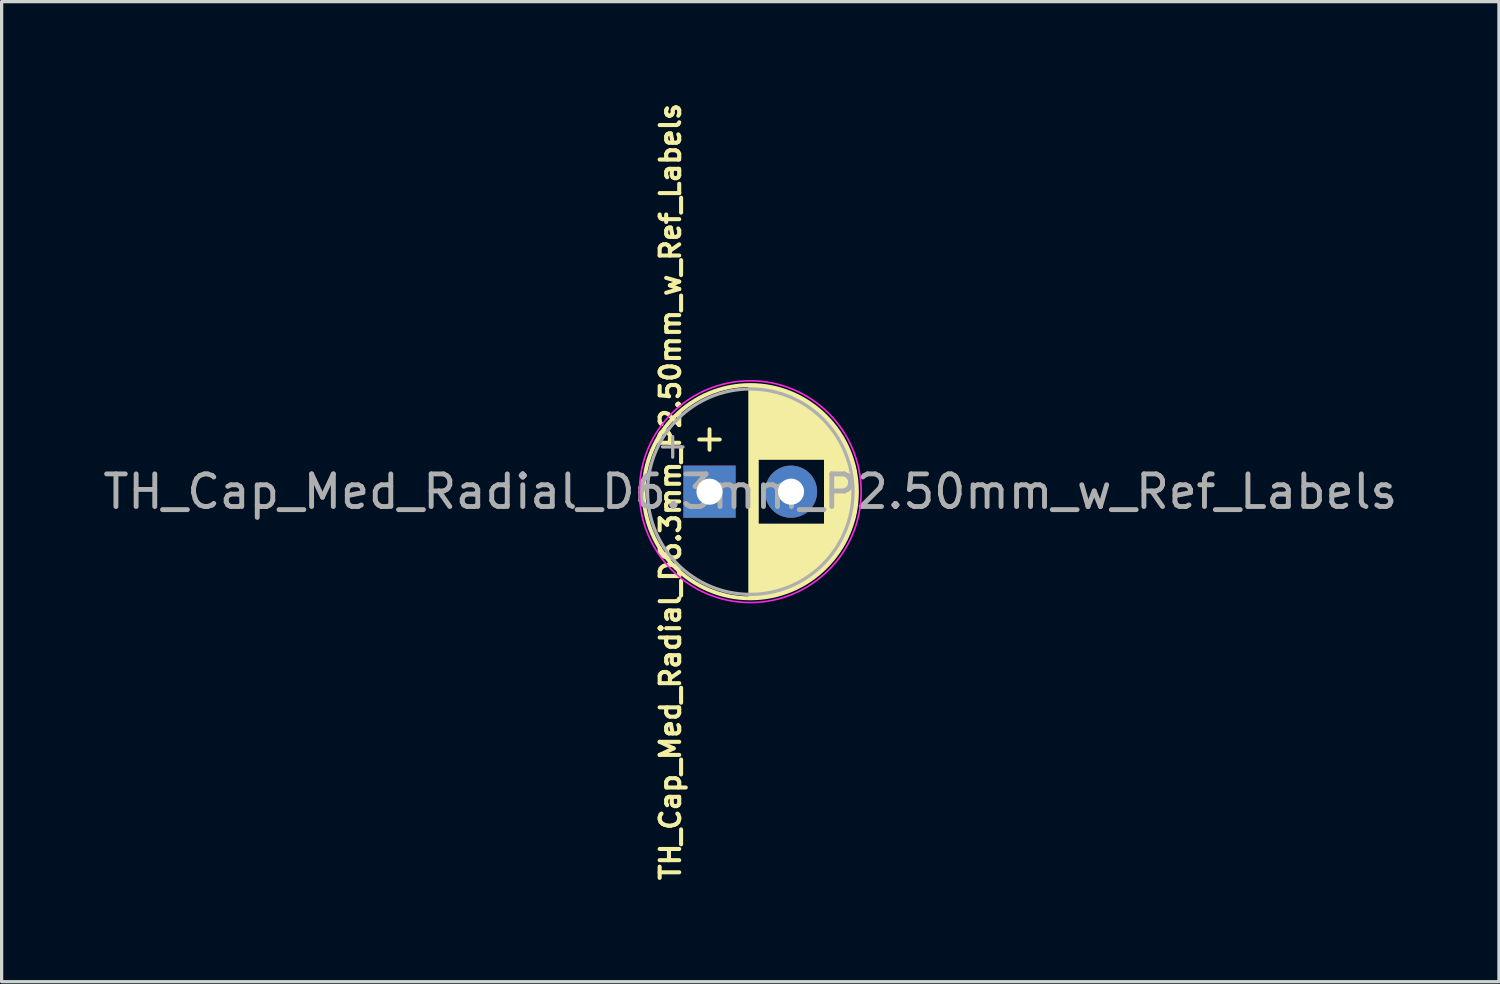
<source format=kicad_pcb>
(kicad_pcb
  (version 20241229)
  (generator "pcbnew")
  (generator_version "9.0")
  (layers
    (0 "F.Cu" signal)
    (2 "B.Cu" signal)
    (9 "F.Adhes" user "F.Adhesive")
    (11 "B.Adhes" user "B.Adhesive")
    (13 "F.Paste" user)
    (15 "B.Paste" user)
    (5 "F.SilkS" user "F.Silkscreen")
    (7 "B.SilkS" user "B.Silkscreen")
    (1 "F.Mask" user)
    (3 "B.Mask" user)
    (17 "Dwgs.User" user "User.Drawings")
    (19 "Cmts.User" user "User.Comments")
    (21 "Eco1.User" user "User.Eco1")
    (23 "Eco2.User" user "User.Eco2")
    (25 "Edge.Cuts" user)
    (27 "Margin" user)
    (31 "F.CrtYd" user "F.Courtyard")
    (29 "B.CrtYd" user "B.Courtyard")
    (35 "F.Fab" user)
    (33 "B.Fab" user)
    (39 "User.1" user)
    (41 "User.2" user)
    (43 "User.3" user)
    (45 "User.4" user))
  (footprint "TH_Cap_Med_Radial_D6.3mm_P2.50mm_w_Ref_Labels"
    (layer "F.Cu")
    (at 18.708 12.028)
    (property "Reference" "TH_Cap_Med_Radial_D6.3mm_P2.50mm_w_Ref_Labels" (at -1.2 0 90) (layer "F.SilkS") (effects (font (size 0.6 0.6) (thickness 0.125))))
    (attr through_hole)
    (fp_line (start -0.315 -1.6) (end 0.315 -1.6) (stroke (width 0.12) (type solid)) (layer "F.SilkS"))
    (fp_line (start 0 -1.915) (end 0 -1.285) (stroke (width 0.12) (type solid)) (layer "F.SilkS"))
    (fp_line (start 1.25 -3.23) (end 1.25 3.23) (stroke (width 0.12) (type solid)) (layer "F.SilkS"))
    (fp_line (start 1.29 -3.23) (end 1.29 3.23) (stroke (width 0.12) (type solid)) (layer "F.SilkS"))
    (fp_line (start 1.33 -3.23) (end 1.33 3.23) (stroke (width 0.12) (type solid)) (layer "F.SilkS"))
    (fp_line (start 1.37 -3.228) (end 1.37 3.228) (stroke (width 0.12) (type solid)) (layer "F.SilkS"))
    (fp_line (start 1.41 -3.227) (end 1.41 3.227) (stroke (width 0.12) (type solid)) (layer "F.SilkS"))
    (fp_line (start 1.45 -3.224) (end 1.45 3.224) (stroke (width 0.12) (type solid)) (layer "F.SilkS"))
    (fp_line (start 1.49 -3.222) (end 1.49 -1.04) (stroke (width 0.12) (type solid)) (layer "F.SilkS"))
    (fp_line (start 1.49 1.04) (end 1.49 3.222) (stroke (width 0.12) (type solid)) (layer "F.SilkS"))
    (fp_line (start 1.53 -3.218) (end 1.53 -1.04) (stroke (width 0.12) (type solid)) (layer "F.SilkS"))
    (fp_line (start 1.53 1.04) (end 1.53 3.218) (stroke (width 0.12) (type solid)) (layer "F.SilkS"))
    (fp_line (start 1.57 -3.215) (end 1.57 -1.04) (stroke (width 0.12) (type solid)) (layer "F.SilkS"))
    (fp_line (start 1.57 1.04) (end 1.57 3.215) (stroke (width 0.12) (type solid)) (layer "F.SilkS"))
    (fp_line (start 1.61 -3.211) (end 1.61 -1.04) (stroke (width 0.12) (type solid)) (layer "F.SilkS"))
    (fp_line (start 1.61 1.04) (end 1.61 3.211) (stroke (width 0.12) (type solid)) (layer "F.SilkS"))
    (fp_line (start 1.65 -3.206) (end 1.65 -1.04) (stroke (width 0.12) (type solid)) (layer "F.SilkS"))
    (fp_line (start 1.65 1.04) (end 1.65 3.206) (stroke (width 0.12) (type solid)) (layer "F.SilkS"))
    (fp_line (start 1.69 -3.201) (end 1.69 -1.04) (stroke (width 0.12) (type solid)) (layer "F.SilkS"))
    (fp_line (start 1.69 1.04) (end 1.69 3.201) (stroke (width 0.12) (type solid)) (layer "F.SilkS"))
    (fp_line (start 1.73 -3.195) (end 1.73 -1.04) (stroke (width 0.12) (type solid)) (layer "F.SilkS"))
    (fp_line (start 1.73 1.04) (end 1.73 3.195) (stroke (width 0.12) (type solid)) (layer "F.SilkS"))
    (fp_line (start 1.77 -3.189) (end 1.77 -1.04) (stroke (width 0.12) (type solid)) (layer "F.SilkS"))
    (fp_line (start 1.77 1.04) (end 1.77 3.189) (stroke (width 0.12) (type solid)) (layer "F.SilkS"))
    (fp_line (start 1.81 -3.182) (end 1.81 -1.04) (stroke (width 0.12) (type solid)) (layer "F.SilkS"))
    (fp_line (start 1.81 1.04) (end 1.81 3.182) (stroke (width 0.12) (type solid)) (layer "F.SilkS"))
    (fp_line (start 1.85 -3.175) (end 1.85 -1.04) (stroke (width 0.12) (type solid)) (layer "F.SilkS"))
    (fp_line (start 1.85 1.04) (end 1.85 3.175) (stroke (width 0.12) (type solid)) (layer "F.SilkS"))
    (fp_line (start 1.89 -3.167) (end 1.89 -1.04) (stroke (width 0.12) (type solid)) (layer "F.SilkS"))
    (fp_line (start 1.89 1.04) (end 1.89 3.167) (stroke (width 0.12) (type solid)) (layer "F.SilkS"))
    (fp_line (start 1.93 -3.159) (end 1.93 -1.04) (stroke (width 0.12) (type solid)) (layer "F.SilkS"))
    (fp_line (start 1.93 1.04) (end 1.93 3.159) (stroke (width 0.12) (type solid)) (layer "F.SilkS"))
    (fp_line (start 1.971 -3.15) (end 1.971 -1.04) (stroke (width 0.12) (type solid)) (layer "F.SilkS"))
    (fp_line (start 1.971 1.04) (end 1.971 3.15) (stroke (width 0.12) (type solid)) (layer "F.SilkS"))
    (fp_line (start 2.011 -3.141) (end 2.011 -1.04) (stroke (width 0.12) (type solid)) (layer "F.SilkS"))
    (fp_line (start 2.011 1.04) (end 2.011 3.141) (stroke (width 0.12) (type solid)) (layer "F.SilkS"))
    (fp_line (start 2.051 -3.131) (end 2.051 -1.04) (stroke (width 0.12) (type solid)) (layer "F.SilkS"))
    (fp_line (start 2.051 1.04) (end 2.051 3.131) (stroke (width 0.12) (type solid)) (layer "F.SilkS"))
    (fp_line (start 2.091 -3.121) (end 2.091 -1.04) (stroke (width 0.12) (type solid)) (layer "F.SilkS"))
    (fp_line (start 2.091 1.04) (end 2.091 3.121) (stroke (width 0.12) (type solid)) (layer "F.SilkS"))
    (fp_line (start 2.131 -3.11) (end 2.131 -1.04) (stroke (width 0.12) (type solid)) (layer "F.SilkS"))
    (fp_line (start 2.131 1.04) (end 2.131 3.11) (stroke (width 0.12) (type solid)) (layer "F.SilkS"))
    (fp_line (start 2.171 -3.098) (end 2.171 -1.04) (stroke (width 0.12) (type solid)) (layer "F.SilkS"))
    (fp_line (start 2.171 1.04) (end 2.171 3.098) (stroke (width 0.12) (type solid)) (layer "F.SilkS"))
    (fp_line (start 2.211 -3.086) (end 2.211 -1.04) (stroke (width 0.12) (type solid)) (layer "F.SilkS"))
    (fp_line (start 2.211 1.04) (end 2.211 3.086) (stroke (width 0.12) (type solid)) (layer "F.SilkS"))
    (fp_line (start 2.251 -3.074) (end 2.251 -1.04) (stroke (width 0.12) (type solid)) (layer "F.SilkS"))
    (fp_line (start 2.251 1.04) (end 2.251 3.074) (stroke (width 0.12) (type solid)) (layer "F.SilkS"))
    (fp_line (start 2.291 -3.061) (end 2.291 -1.04) (stroke (width 0.12) (type solid)) (layer "F.SilkS"))
    (fp_line (start 2.291 1.04) (end 2.291 3.061) (stroke (width 0.12) (type solid)) (layer "F.SilkS"))
    (fp_line (start 2.331 -3.047) (end 2.331 -1.04) (stroke (width 0.12) (type solid)) (layer "F.SilkS"))
    (fp_line (start 2.331 1.04) (end 2.331 3.047) (stroke (width 0.12) (type solid)) (layer "F.SilkS"))
    (fp_line (start 2.371 -3.033) (end 2.371 -1.04) (stroke (width 0.12) (type solid)) (layer "F.SilkS"))
    (fp_line (start 2.371 1.04) (end 2.371 3.033) (stroke (width 0.12) (type solid)) (layer "F.SilkS"))
    (fp_line (start 2.411 -3.018) (end 2.411 -1.04) (stroke (width 0.12) (type solid)) (layer "F.SilkS"))
    (fp_line (start 2.411 1.04) (end 2.411 3.018) (stroke (width 0.12) (type solid)) (layer "F.SilkS"))
    (fp_line (start 2.451 -3.002) (end 2.451 -1.04) (stroke (width 0.12) (type solid)) (layer "F.SilkS"))
    (fp_line (start 2.451 1.04) (end 2.451 3.002) (stroke (width 0.12) (type solid)) (layer "F.SilkS"))
    (fp_line (start 2.491 -2.986) (end 2.491 -1.04) (stroke (width 0.12) (type solid)) (layer "F.SilkS"))
    (fp_line (start 2.491 1.04) (end 2.491 2.986) (stroke (width 0.12) (type solid)) (layer "F.SilkS"))
    (fp_line (start 2.531 -2.97) (end 2.531 -1.04) (stroke (width 0.12) (type solid)) (layer "F.SilkS"))
    (fp_line (start 2.531 1.04) (end 2.531 2.97) (stroke (width 0.12) (type solid)) (layer "F.SilkS"))
    (fp_line (start 2.571 -2.952) (end 2.571 -1.04) (stroke (width 0.12) (type solid)) (layer "F.SilkS"))
    (fp_line (start 2.571 1.04) (end 2.571 2.952) (stroke (width 0.12) (type solid)) (layer "F.SilkS"))
    (fp_line (start 2.611 -2.934) (end 2.611 -1.04) (stroke (width 0.12) (type solid)) (layer "F.SilkS"))
    (fp_line (start 2.611 1.04) (end 2.611 2.934) (stroke (width 0.12) (type solid)) (layer "F.SilkS"))
    (fp_line (start 2.651 -2.916) (end 2.651 -1.04) (stroke (width 0.12) (type solid)) (layer "F.SilkS"))
    (fp_line (start 2.651 1.04) (end 2.651 2.916) (stroke (width 0.12) (type solid)) (layer "F.SilkS"))
    (fp_line (start 2.691 -2.896) (end 2.691 -1.04) (stroke (width 0.12) (type solid)) (layer "F.SilkS"))
    (fp_line (start 2.691 1.04) (end 2.691 2.896) (stroke (width 0.12) (type solid)) (layer "F.SilkS"))
    (fp_line (start 2.731 -2.876) (end 2.731 -1.04) (stroke (width 0.12) (type solid)) (layer "F.SilkS"))
    (fp_line (start 2.731 1.04) (end 2.731 2.876) (stroke (width 0.12) (type solid)) (layer "F.SilkS"))
    (fp_line (start 2.771 -2.856) (end 2.771 -1.04) (stroke (width 0.12) (type solid)) (layer "F.SilkS"))
    (fp_line (start 2.771 1.04) (end 2.771 2.856) (stroke (width 0.12) (type solid)) (layer "F.SilkS"))
    (fp_line (start 2.811 -2.834) (end 2.811 -1.04) (stroke (width 0.12) (type solid)) (layer "F.SilkS"))
    (fp_line (start 2.811 1.04) (end 2.811 2.834) (stroke (width 0.12) (type solid)) (layer "F.SilkS"))
    (fp_line (start 2.851 -2.812) (end 2.851 -1.04) (stroke (width 0.12) (type solid)) (layer "F.SilkS"))
    (fp_line (start 2.851 1.04) (end 2.851 2.812) (stroke (width 0.12) (type solid)) (layer "F.SilkS"))
    (fp_line (start 2.891 -2.79) (end 2.891 -1.04) (stroke (width 0.12) (type solid)) (layer "F.SilkS"))
    (fp_line (start 2.891 1.04) (end 2.891 2.79) (stroke (width 0.12) (type solid)) (layer "F.SilkS"))
    (fp_line (start 2.931 -2.766) (end 2.931 -1.04) (stroke (width 0.12) (type solid)) (layer "F.SilkS"))
    (fp_line (start 2.931 1.04) (end 2.931 2.766) (stroke (width 0.12) (type solid)) (layer "F.SilkS"))
    (fp_line (start 2.971 -2.742) (end 2.971 -1.04) (stroke (width 0.12) (type solid)) (layer "F.SilkS"))
    (fp_line (start 2.971 1.04) (end 2.971 2.742) (stroke (width 0.12) (type solid)) (layer "F.SilkS"))
    (fp_line (start 3.011 -2.716) (end 3.011 -1.04) (stroke (width 0.12) (type solid)) (layer "F.SilkS"))
    (fp_line (start 3.011 1.04) (end 3.011 2.716) (stroke (width 0.12) (type solid)) (layer "F.SilkS"))
    (fp_line (start 3.051 -2.69) (end 3.051 -1.04) (stroke (width 0.12) (type solid)) (layer "F.SilkS"))
    (fp_line (start 3.051 1.04) (end 3.051 2.69) (stroke (width 0.12) (type solid)) (layer "F.SilkS"))
    (fp_line (start 3.091 -2.664) (end 3.091 -1.04) (stroke (width 0.12) (type solid)) (layer "F.SilkS"))
    (fp_line (start 3.091 1.04) (end 3.091 2.664) (stroke (width 0.12) (type solid)) (layer "F.SilkS"))
    (fp_line (start 3.131 -2.636) (end 3.131 -1.04) (stroke (width 0.12) (type solid)) (layer "F.SilkS"))
    (fp_line (start 3.131 1.04) (end 3.131 2.636) (stroke (width 0.12) (type solid)) (layer "F.SilkS"))
    (fp_line (start 3.171 -2.607) (end 3.171 -1.04) (stroke (width 0.12) (type solid)) (layer "F.SilkS"))
    (fp_line (start 3.171 1.04) (end 3.171 2.607) (stroke (width 0.12) (type solid)) (layer "F.SilkS"))
    (fp_line (start 3.211 -2.578) (end 3.211 -1.04) (stroke (width 0.12) (type solid)) (layer "F.SilkS"))
    (fp_line (start 3.211 1.04) (end 3.211 2.578) (stroke (width 0.12) (type solid)) (layer "F.SilkS"))
    (fp_line (start 3.251 -2.548) (end 3.251 -1.04) (stroke (width 0.12) (type solid)) (layer "F.SilkS"))
    (fp_line (start 3.251 1.04) (end 3.251 2.548) (stroke (width 0.12) (type solid)) (layer "F.SilkS"))
    (fp_line (start 3.291 -2.516) (end 3.291 -1.04) (stroke (width 0.12) (type solid)) (layer "F.SilkS"))
    (fp_line (start 3.291 1.04) (end 3.291 2.516) (stroke (width 0.12) (type solid)) (layer "F.SilkS"))
    (fp_line (start 3.331 -2.484) (end 3.331 -1.04) (stroke (width 0.12) (type solid)) (layer "F.SilkS"))
    (fp_line (start 3.331 1.04) (end 3.331 2.484) (stroke (width 0.12) (type solid)) (layer "F.SilkS"))
    (fp_line (start 3.371 -2.45) (end 3.371 -1.04) (stroke (width 0.12) (type solid)) (layer "F.SilkS"))
    (fp_line (start 3.371 1.04) (end 3.371 2.45) (stroke (width 0.12) (type solid)) (layer "F.SilkS"))
    (fp_line (start 3.411 -2.416) (end 3.411 -1.04) (stroke (width 0.12) (type solid)) (layer "F.SilkS"))
    (fp_line (start 3.411 1.04) (end 3.411 2.416) (stroke (width 0.12) (type solid)) (layer "F.SilkS"))
    (fp_line (start 3.451 -2.38) (end 3.451 -1.04) (stroke (width 0.12) (type solid)) (layer "F.SilkS"))
    (fp_line (start 3.451 1.04) (end 3.451 2.38) (stroke (width 0.12) (type solid)) (layer "F.SilkS"))
    (fp_line (start 3.491 -2.343) (end 3.491 -1.04) (stroke (width 0.12) (type solid)) (layer "F.SilkS"))
    (fp_line (start 3.491 1.04) (end 3.491 2.343) (stroke (width 0.12) (type solid)) (layer "F.SilkS"))
    (fp_line (start 3.531 -2.305) (end 3.531 -1.04) (stroke (width 0.12) (type solid)) (layer "F.SilkS"))
    (fp_line (start 3.531 1.04) (end 3.531 2.305) (stroke (width 0.12) (type solid)) (layer "F.SilkS"))
    (fp_line (start 3.571 -2.265) (end 3.571 2.265) (stroke (width 0.12) (type solid)) (layer "F.SilkS"))
    (fp_line (start 3.611 -2.224) (end 3.611 2.224) (stroke (width 0.12) (type solid)) (layer "F.SilkS"))
    (fp_line (start 3.651 -2.182) (end 3.651 2.182) (stroke (width 0.12) (type solid)) (layer "F.SilkS"))
    (fp_line (start 3.691 -2.137) (end 3.691 2.137) (stroke (width 0.12) (type solid)) (layer "F.SilkS"))
    (fp_line (start 3.731 -2.092) (end 3.731 2.092) (stroke (width 0.12) (type solid)) (layer "F.SilkS"))
    (fp_line (start 3.771 -2.044) (end 3.771 2.044) (stroke (width 0.12) (type solid)) (layer "F.SilkS"))
    (fp_line (start 3.811 -1.995) (end 3.811 1.995) (stroke (width 0.12) (type solid)) (layer "F.SilkS"))
    (fp_line (start 3.851 -1.944) (end 3.851 1.944) (stroke (width 0.12) (type solid)) (layer "F.SilkS"))
    (fp_line (start 3.891 -1.89) (end 3.891 1.89) (stroke (width 0.12) (type solid)) (layer "F.SilkS"))
    (fp_line (start 3.931 -1.834) (end 3.931 1.834) (stroke (width 0.12) (type solid)) (layer "F.SilkS"))
    (fp_line (start 3.971 -1.776) (end 3.971 1.776) (stroke (width 0.12) (type solid)) (layer "F.SilkS"))
    (fp_line (start 4.011 -1.714) (end 4.011 1.714) (stroke (width 0.12) (type solid)) (layer "F.SilkS"))
    (fp_line (start 4.051 -1.65) (end 4.051 1.65) (stroke (width 0.12) (type solid)) (layer "F.SilkS"))
    (fp_line (start 4.091 -1.581) (end 4.091 1.581) (stroke (width 0.12) (type solid)) (layer "F.SilkS"))
    (fp_line (start 4.131 -1.509) (end 4.131 1.509) (stroke (width 0.12) (type solid)) (layer "F.SilkS"))
    (fp_line (start 4.171 -1.432) (end 4.171 1.432) (stroke (width 0.12) (type solid)) (layer "F.SilkS"))
    (fp_line (start 4.211 -1.35) (end 4.211 1.35) (stroke (width 0.12) (type solid)) (layer "F.SilkS"))
    (fp_line (start 4.251 -1.262) (end 4.251 1.262) (stroke (width 0.12) (type solid)) (layer "F.SilkS"))
    (fp_line (start 4.291 -1.165) (end 4.291 1.165) (stroke (width 0.12) (type solid)) (layer "F.SilkS"))
    (fp_line (start 4.331 -1.059) (end 4.331 1.059) (stroke (width 0.12) (type solid)) (layer "F.SilkS"))
    (fp_line (start 4.371 -0.94) (end 4.371 0.94) (stroke (width 0.12) (type solid)) (layer "F.SilkS"))
    (fp_line (start 4.411 -0.802) (end 4.411 0.802) (stroke (width 0.12) (type solid)) (layer "F.SilkS"))
    (fp_line (start 4.451 -0.633) (end 4.451 0.633) (stroke (width 0.12) (type solid)) (layer "F.SilkS"))
    (fp_line (start 4.491 -0.402) (end 4.491 0.402) (stroke (width 0.12) (type solid)) (layer "F.SilkS"))
    (fp_circle (center 1.25 0) (end 4.52 0) (stroke (width 0.12) (type solid)) (fill no) (layer "F.SilkS"))
    (fp_circle (center 1.25 0) (end 4.65 0) (stroke (width 0.05) (type solid)) (fill no) (layer "F.CrtYd"))
    (fp_line (start -1.444 -1.373) (end -0.814 -1.373) (stroke (width 0.1) (type solid)) (layer "F.Fab"))
    (fp_line (start -1.129 -1.688) (end -1.129 -1.058) (stroke (width 0.1) (type solid)) (layer "F.Fab"))
    (fp_circle (center 1.25 0) (end 4.4 0) (stroke (width 0.1) (type solid)) (fill no) (layer "F.Fab"))
    (fp_text user "${REFERENCE}" (at 1.25 0 0) (layer "F.Fab") (effects (font (size 1 1) (thickness 0.15))))
    (pad "1" thru_hole rect (at 0 0) (size 1.6 1.6) (drill 0.8) (layers "*.Cu" "*.Mask"))
    (pad "2" thru_hole circle (at 2.5 0) (size 1.6 1.6) (drill 0.8) (layers "*.Cu" "*.Mask")))
  (gr_rect
    (start -3 -3)
    (end 42.917 27.055)
    (stroke (width 0.1) (type default))
    (fill no)
    (layer "Edge.Cuts")))
</source>
